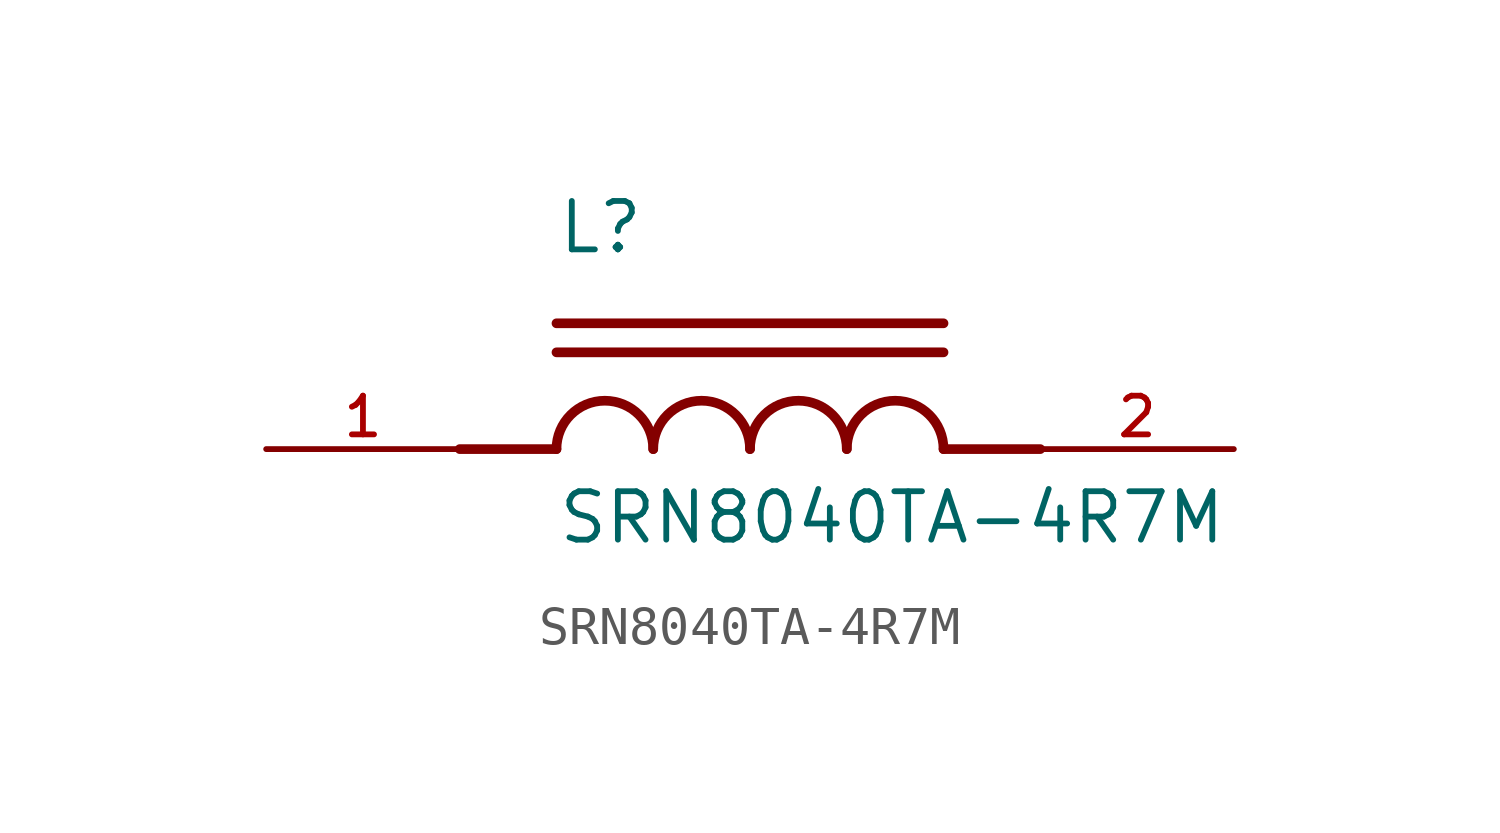
<source format=kicad_sym>
(kicad_symbol_lib
  (version 20211014)
  (generator kicad_symbol_editor)
  (symbol "SRN8040TA-4R7M"
    (pin_names
      (offset 1.016))
    (property "Reference" "L"
      (at -5.08 5.08 0)
      (effects (font (size 1.27 1.27)) (justify bottom left)))
    (property "Value" "SRN8040TA-4R7M"
      (at -5.08 -2.54 0)
      (effects (font (size 1.27 1.27)) (justify bottom left)))
    (symbol "SRN8040TA-4R7M_0_0"
      (polyline (pts (xy -5.08 0.0) (xy -7.62 0.0)) (stroke (width 0.254)))
      (polyline (pts (xy 5.08 0.0) (xy 7.62 0.0)) (stroke (width 0.254)))
      (arc (start -2.54 0.0) (mid -3.81 1.27) (end -5.08 0.0) (stroke (width 0.254) (type default) (color 0 0 0 0)) (fill (type none)))
      (arc (start 0.0 0.0) (mid -1.27 1.27) (end -2.54 0.0) (stroke (width 0.254) (type default) (color 0 0 0 0)) (fill (type none)))
      (arc (start 2.54 0.0) (mid 1.27 1.27) (end 0.0 0.0) (stroke (width 0.254) (type default) (color 0 0 0 0)) (fill (type none)))
      (arc (start 5.08 0.0) (mid 3.81 1.27) (end 2.54 0.0) (stroke (width 0.254) (type default) (color 0 0 0 0)) (fill (type none)))
      (polyline (pts (xy -5.08 2.54) (xy 5.08 2.54)) (stroke (width 0.254)))
      (polyline (pts (xy -5.08 3.302) (xy 5.08 3.302)) (stroke (width 0.254)))
      (pin passive line (at -12.7 0.0 0) (length 5.08) (name "~" (effects (font (size 1.016 1.016)))) (number "1" (effects (font (size 1.016 1.016)))))
      (pin passive line (at 12.7 0.0 180.0) (length 5.08) (name "~" (effects (font (size 1.016 1.016)))) (number "2" (effects (font (size 1.016 1.016))))))))
</source>
